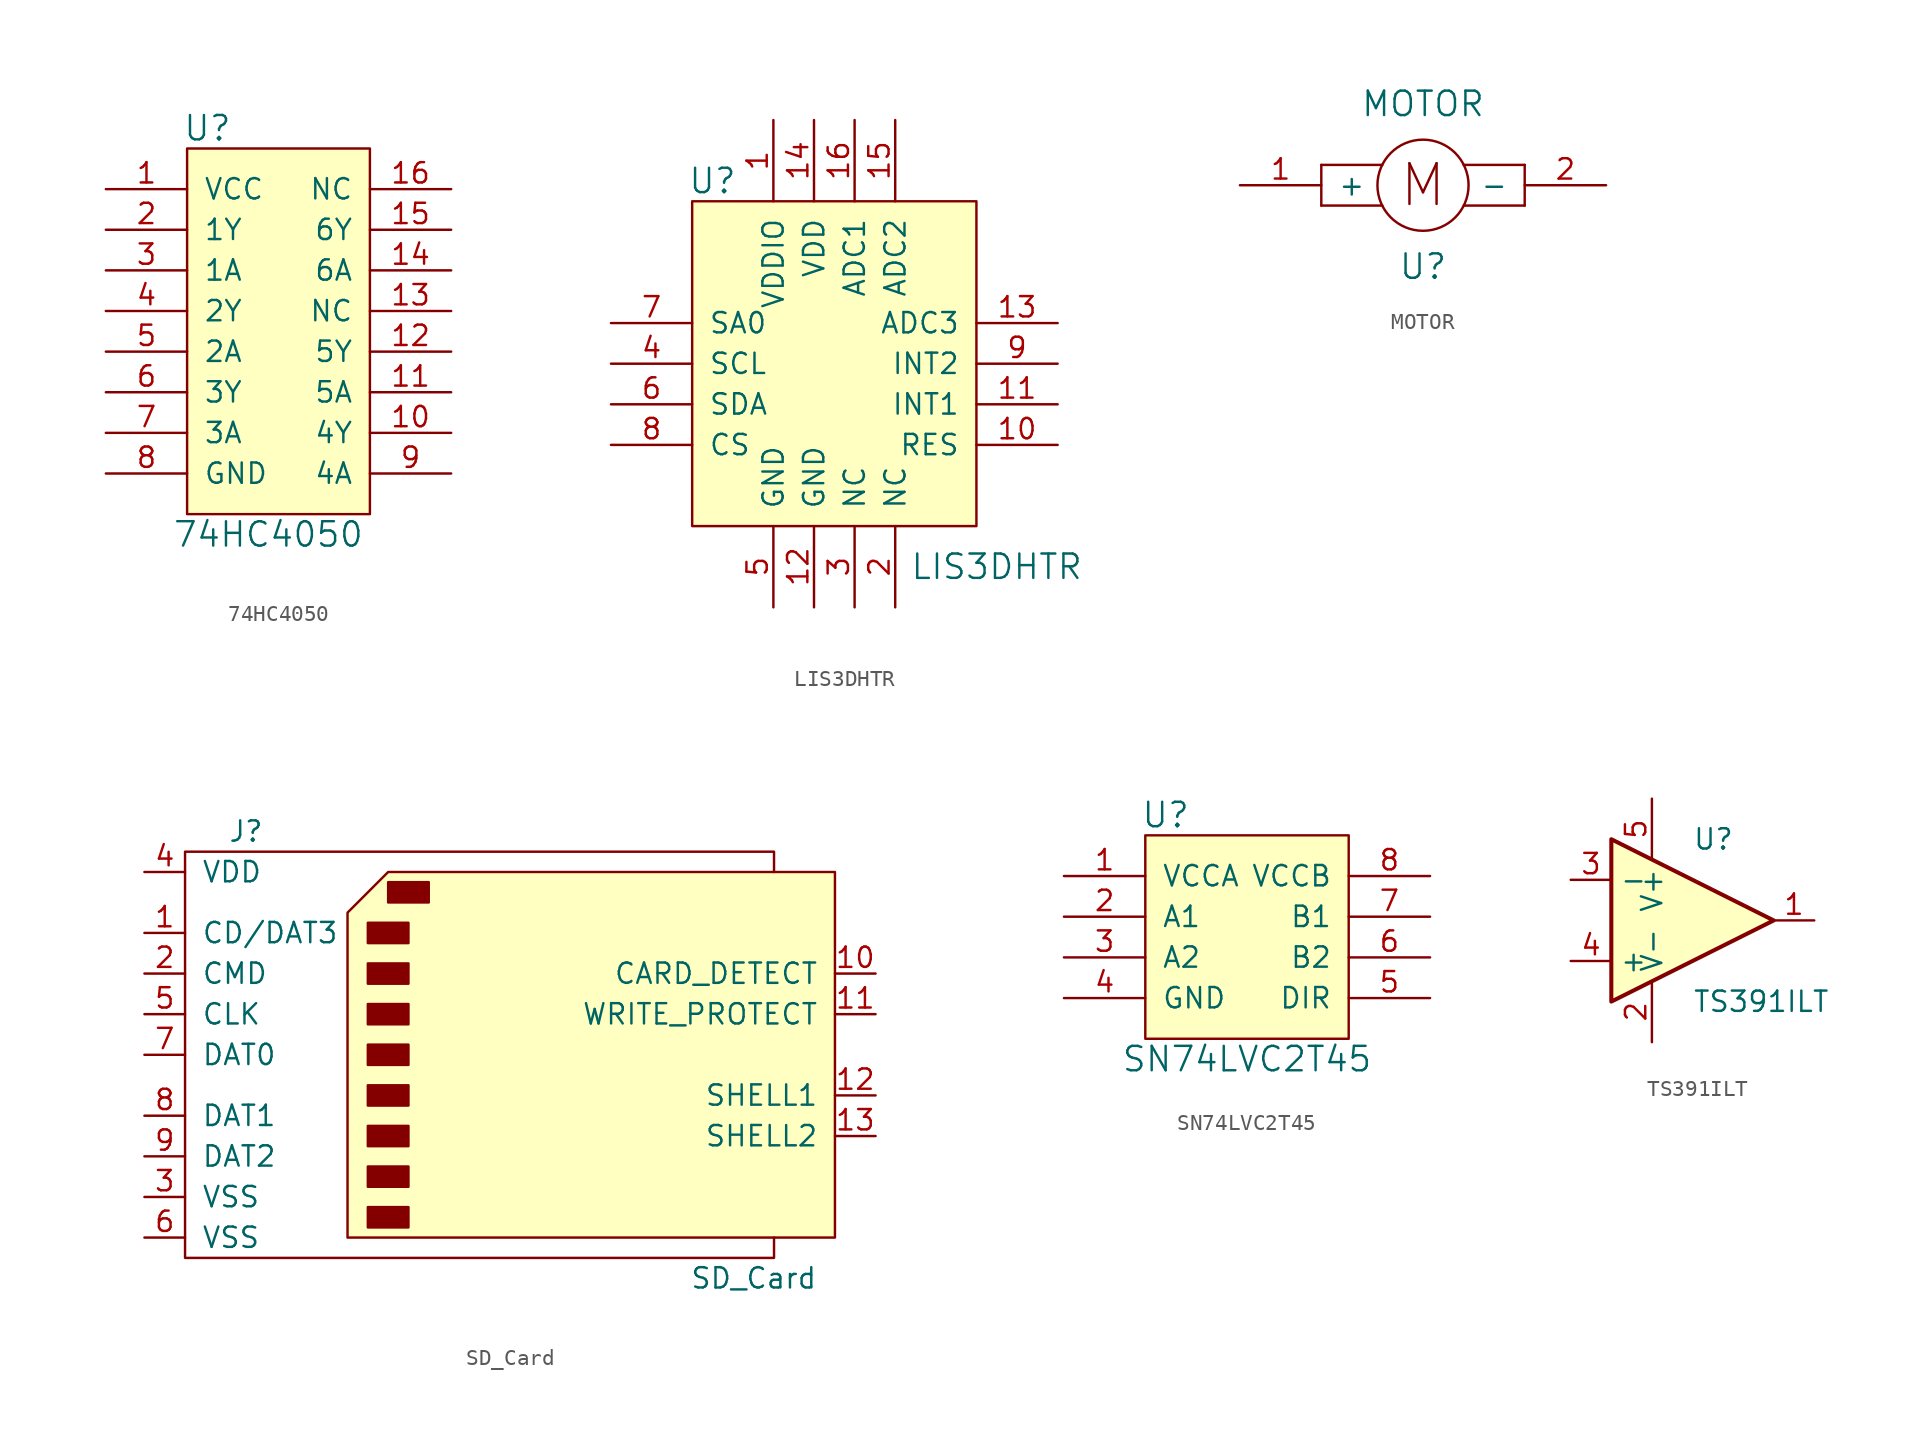
<source format=kicad_sym>
(kicad_symbol_lib
  (version 20211014)
  (generator kicad_symbol_editor)
  (symbol "74HC4050"
    (pin_names
      (offset 1.016))
    (property "Reference" "U"
      (at -3.81 12.7 0)
      (effects (font (size 1.524 1.524))))
    (property "Value" "74HC4050"
      (at 0 -12.7 0)
      (effects (font (size 1.524 1.524))))
    (symbol "74HC4050_0_1"
      (rectangle (start -5.08 11.43) (end 6.35 -11.43) (stroke (width 0) (type default) (color 0 0 0 0)) (fill (type background))))
    (symbol "74HC4050_1_1"
      (pin power_in line (at -10.16 8.89 0) (length 5.08) (name "VCC" (effects (font (size 1.27 1.27)))) (number "1" (effects (font (size 1.27 1.27)))))
      (pin power_in line (at 11.43 -6.35 180) (length 5.08) (name "4Y" (effects (font (size 1.27 1.27)))) (number "10" (effects (font (size 1.27 1.27)))))
      (pin power_in line (at 11.43 -3.81 180) (length 5.08) (name "5A" (effects (font (size 1.27 1.27)))) (number "11" (effects (font (size 1.27 1.27)))))
      (pin power_in line (at 11.43 -1.27 180) (length 5.08) (name "5Y" (effects (font (size 1.27 1.27)))) (number "12" (effects (font (size 1.27 1.27)))))
      (pin power_in line (at 11.43 1.27 180) (length 5.08) (name "NC" (effects (font (size 1.27 1.27)))) (number "13" (effects (font (size 1.27 1.27)))))
      (pin power_in line (at 11.43 3.81 180) (length 5.08) (name "6A" (effects (font (size 1.27 1.27)))) (number "14" (effects (font (size 1.27 1.27)))))
      (pin power_in line (at 11.43 6.35 180) (length 5.08) (name "6Y" (effects (font (size 1.27 1.27)))) (number "15" (effects (font (size 1.27 1.27)))))
      (pin power_in line (at 11.43 8.89 180) (length 5.08) (name "NC" (effects (font (size 1.27 1.27)))) (number "16" (effects (font (size 1.27 1.27)))))
      (pin power_in line (at -10.16 6.35 0) (length 5.08) (name "1Y" (effects (font (size 1.27 1.27)))) (number "2" (effects (font (size 1.27 1.27)))))
      (pin power_in line (at -10.16 3.81 0) (length 5.08) (name "1A" (effects (font (size 1.27 1.27)))) (number "3" (effects (font (size 1.27 1.27)))))
      (pin power_in line (at -10.16 1.27 0) (length 5.08) (name "2Y" (effects (font (size 1.27 1.27)))) (number "4" (effects (font (size 1.27 1.27)))))
      (pin power_in line (at -10.16 -1.27 0) (length 5.08) (name "2A" (effects (font (size 1.27 1.27)))) (number "5" (effects (font (size 1.27 1.27)))))
      (pin power_in line (at -10.16 -3.81 0) (length 5.08) (name "3Y" (effects (font (size 1.27 1.27)))) (number "6" (effects (font (size 1.27 1.27)))))
      (pin power_in line (at -10.16 -6.35 0) (length 5.08) (name "3A" (effects (font (size 1.27 1.27)))) (number "7" (effects (font (size 1.27 1.27)))))
      (pin power_in line (at -10.16 -8.89 0) (length 5.08) (name "GND" (effects (font (size 1.27 1.27)))) (number "8" (effects (font (size 1.27 1.27)))))
      (pin power_in line (at 11.43 -8.89 180) (length 5.08) (name "4A" (effects (font (size 1.27 1.27)))) (number "9" (effects (font (size 1.27 1.27)))))))
  (symbol "LIS3DHTR"
    (pin_names
      (offset 1.016))
    (property "Reference" "U"
      (at -7.62 13.97 0)
      (effects (font (size 1.524 1.524))))
    (property "Value" "LIS3DHTR"
      (at 10.16 -10.16 0)
      (effects (font (size 1.524 1.524))))
    (symbol "LIS3DHTR_0_1"
      (rectangle (start -8.89 -7.62) (end 8.89 12.7) (stroke (width 0) (type default) (color 0 0 0 0)) (fill (type background))))
    (symbol "LIS3DHTR_1_1"
      (pin input line (at -3.81 17.78 270) (length 5.08) (name "VDDIO" (effects (font (size 1.27 1.27)))) (number "1" (effects (font (size 1.27 1.27)))))
      (pin input line (at 13.97 -2.54 180) (length 5.08) (name "RES" (effects (font (size 1.27 1.27)))) (number "10" (effects (font (size 1.27 1.27)))))
      (pin input line (at 13.97 0 180) (length 5.08) (name "INT1" (effects (font (size 1.27 1.27)))) (number "11" (effects (font (size 1.27 1.27)))))
      (pin input line (at -1.27 -12.7 90) (length 5.08) (name "GND" (effects (font (size 1.27 1.27)))) (number "12" (effects (font (size 1.27 1.27)))))
      (pin input line (at 13.97 5.08 180) (length 5.08) (name "ADC3" (effects (font (size 1.27 1.27)))) (number "13" (effects (font (size 1.27 1.27)))))
      (pin input line (at -1.27 17.78 270) (length 5.08) (name "VDD" (effects (font (size 1.27 1.27)))) (number "14" (effects (font (size 1.27 1.27)))))
      (pin input line (at 3.81 17.78 270) (length 5.08) (name "ADC2" (effects (font (size 1.27 1.27)))) (number "15" (effects (font (size 1.27 1.27)))))
      (pin input line (at 1.27 17.78 270) (length 5.08) (name "ADC1" (effects (font (size 1.27 1.27)))) (number "16" (effects (font (size 1.27 1.27)))))
      (pin input line (at 3.81 -12.7 90) (length 5.08) (name "NC" (effects (font (size 1.27 1.27)))) (number "2" (effects (font (size 1.27 1.27)))))
      (pin input line (at 1.27 -12.7 90) (length 5.08) (name "NC" (effects (font (size 1.27 1.27)))) (number "3" (effects (font (size 1.27 1.27)))))
      (pin input line (at -13.97 2.54 0) (length 5.08) (name "SCL" (effects (font (size 1.27 1.27)))) (number "4" (effects (font (size 1.27 1.27)))))
      (pin input line (at -3.81 -12.7 90) (length 5.08) (name "GND" (effects (font (size 1.27 1.27)))) (number "5" (effects (font (size 1.27 1.27)))))
      (pin input line (at -13.97 0 0) (length 5.08) (name "SDA" (effects (font (size 1.27 1.27)))) (number "6" (effects (font (size 1.27 1.27)))))
      (pin input line (at -13.97 5.08 0) (length 5.08) (name "SA0" (effects (font (size 1.27 1.27)))) (number "7" (effects (font (size 1.27 1.27)))))
      (pin input line (at -13.97 -2.54 0) (length 5.08) (name "CS" (effects (font (size 1.27 1.27)))) (number "8" (effects (font (size 1.27 1.27)))))
      (pin input line (at 13.97 2.54 180) (length 5.08) (name "INT2" (effects (font (size 1.27 1.27)))) (number "9" (effects (font (size 1.27 1.27)))))))
  (symbol "MOTOR"
    (pin_names
      (offset 1.016))
    (property "Reference" "U"
      (at 0 -5.08 0)
      (effects (font (size 1.524 1.524))))
    (property "Value" "MOTOR"
      (at 0 5.08 0)
      (effects (font (size 1.524 1.524))))
    (symbol "MOTOR_0_0"
      (text "M" (at 0 0 0) (effects (font (size 2.54 2.54)))))
    (symbol "MOTOR_0_1"
      (rectangle (start -6.35 1.27) (end -6.35 -1.27) (stroke (width 0) (type default) (color 0 0 0 0)) (fill (type none)))
      (polyline (pts (xy -6.35 -1.27) (xy -2.54 -1.27)) (stroke (width 0) (type default) (color 0 0 0 0)) (fill (type none)))
      (polyline (pts (xy -6.35 1.27) (xy -2.54 1.27)) (stroke (width 0) (type default) (color 0 0 0 0)) (fill (type none)))
      (polyline (pts (xy 6.35 -1.27) (xy 2.54 -1.27)) (stroke (width 0) (type default) (color 0 0 0 0)) (fill (type none)))
      (polyline (pts (xy 6.35 1.27) (xy 2.54 1.27)) (stroke (width 0) (type default) (color 0 0 0 0)) (fill (type none)))
      (circle (center 0 0) (radius 2.845) (stroke (width 0) (type default) (color 0 0 0 0)) (fill (type none)))
      (rectangle (start 6.35 1.27) (end 6.35 -1.27) (stroke (width 0) (type default) (color 0 0 0 0)) (fill (type none))))
    (symbol "MOTOR_1_1"
      (pin input line (at -11.43 0 0) (length 5.08) (name "+" (effects (font (size 1.27 1.27)))) (number "1" (effects (font (size 1.27 1.27)))))
      (pin input line (at 11.43 0 180) (length 5.08) (name "-" (effects (font (size 1.27 1.27)))) (number "2" (effects (font (size 1.27 1.27)))))))
  (symbol "SD_Card"
    (pin_names
      (offset 1.016))
    (property "Reference" "J"
      (at -16.51 13.97 0)
      (effects (font (size 1.27 1.27))))
    (property "Value" "SD_Card"
      (at 15.24 -13.97 0)
      (effects (font (size 1.27 1.27))))
    (symbol "SD_Card_0_1"
      (rectangle (start -8.89 -9.525) (end -6.35 -10.795) (stroke (width 0) (type default) (color 0 0 0 0)) (fill (type outline)))
      (rectangle (start -8.89 -6.985) (end -6.35 -8.255) (stroke (width 0) (type default) (color 0 0 0 0)) (fill (type outline)))
      (rectangle (start -8.89 -4.445) (end -6.35 -5.715) (stroke (width 0) (type default) (color 0 0 0 0)) (fill (type outline)))
      (rectangle (start -8.89 -1.905) (end -6.35 -3.175) (stroke (width 0) (type default) (color 0 0 0 0)) (fill (type outline)))
      (rectangle (start -8.89 0.635) (end -6.35 -0.635) (stroke (width 0) (type default) (color 0 0 0 0)) (fill (type outline)))
      (rectangle (start -8.89 3.175) (end -6.35 1.905) (stroke (width 0) (type default) (color 0 0 0 0)) (fill (type outline)))
      (rectangle (start -8.89 5.715) (end -6.35 4.445) (stroke (width 0) (type default) (color 0 0 0 0)) (fill (type outline)))
      (rectangle (start -8.89 8.255) (end -6.35 6.985) (stroke (width 0) (type default) (color 0 0 0 0)) (fill (type outline)))
      (rectangle (start -7.62 10.795) (end -5.08 9.525) (stroke (width 0) (type default) (color 0 0 0 0)) (fill (type outline)))
      (polyline (pts (xy -10.16 8.89) (xy -7.62 11.43) (xy 20.32 11.43) (xy 20.32 -11.43) (xy -10.16 -11.43) (xy -10.16 8.89)) (stroke (width 0) (type default) (color 0 0 0 0)) (fill (type background)))
      (polyline (pts (xy 16.51 11.43) (xy 16.51 12.7) (xy -20.32 12.7) (xy -20.32 -12.7) (xy 16.51 -12.7) (xy 16.51 -11.43)) (stroke (width 0) (type default) (color 0 0 0 0)) (fill (type none))))
    (symbol "SD_Card_1_1"
      (pin input line (at -22.86 7.62 0) (length 2.54) (name "CD/DAT3" (effects (font (size 1.27 1.27)))) (number "1" (effects (font (size 1.27 1.27)))))
      (pin input line (at 22.86 5.08 180) (length 2.54) (name "CARD_DETECT" (effects (font (size 1.27 1.27)))) (number "10" (effects (font (size 1.27 1.27)))))
      (pin input line (at 22.86 2.54 180) (length 2.54) (name "WRITE_PROTECT" (effects (font (size 1.27 1.27)))) (number "11" (effects (font (size 1.27 1.27)))))
      (pin input line (at 22.86 -2.54 180) (length 2.54) (name "SHELL1" (effects (font (size 1.27 1.27)))) (number "12" (effects (font (size 1.27 1.27)))))
      (pin input line (at 22.86 -5.08 180) (length 2.54) (name "SHELL2" (effects (font (size 1.27 1.27)))) (number "13" (effects (font (size 1.27 1.27)))))
      (pin input line (at -22.86 5.08 0) (length 2.54) (name "CMD" (effects (font (size 1.27 1.27)))) (number "2" (effects (font (size 1.27 1.27)))))
      (pin input line (at -22.86 -8.89 0) (length 2.54) (name "VSS" (effects (font (size 1.27 1.27)))) (number "3" (effects (font (size 1.27 1.27)))))
      (pin input line (at -22.86 11.43 0) (length 2.54) (name "VDD" (effects (font (size 1.27 1.27)))) (number "4" (effects (font (size 1.27 1.27)))))
      (pin input line (at -22.86 2.54 0) (length 2.54) (name "CLK" (effects (font (size 1.27 1.27)))) (number "5" (effects (font (size 1.27 1.27)))))
      (pin input line (at -22.86 -11.43 0) (length 2.54) (name "VSS" (effects (font (size 1.27 1.27)))) (number "6" (effects (font (size 1.27 1.27)))))
      (pin input line (at -22.86 0 0) (length 2.54) (name "DAT0" (effects (font (size 1.27 1.27)))) (number "7" (effects (font (size 1.27 1.27)))))
      (pin input line (at -22.86 -3.81 0) (length 2.54) (name "DAT1" (effects (font (size 1.27 1.27)))) (number "8" (effects (font (size 1.27 1.27)))))
      (pin input line (at -22.86 -6.35 0) (length 2.54) (name "DAT2" (effects (font (size 1.27 1.27)))) (number "9" (effects (font (size 1.27 1.27)))))))
  (symbol "SN74LVC2T45"
    (pin_names
      (offset 1.016))
    (property "Reference" "U"
      (at -5.08 7.62 0)
      (effects (font (size 1.524 1.524))))
    (property "Value" "SN74LVC2T45"
      (at 0 -7.62 0)
      (effects (font (size 1.524 1.524))))
    (symbol "SN74LVC2T45_0_1"
      (rectangle (start -6.35 6.35) (end 6.35 -6.35) (stroke (width 0) (type default) (color 0 0 0 0)) (fill (type background))))
    (symbol "SN74LVC2T45_1_1"
      (pin power_in line (at -11.43 3.81 0) (length 5.08) (name "VCCA" (effects (font (size 1.27 1.27)))) (number "1" (effects (font (size 1.27 1.27)))))
      (pin power_in line (at -11.43 1.27 0) (length 5.08) (name "A1" (effects (font (size 1.27 1.27)))) (number "2" (effects (font (size 1.27 1.27)))))
      (pin power_in line (at -11.43 -1.27 0) (length 5.08) (name "A2" (effects (font (size 1.27 1.27)))) (number "3" (effects (font (size 1.27 1.27)))))
      (pin power_in line (at -11.43 -3.81 0) (length 5.08) (name "GND" (effects (font (size 1.27 1.27)))) (number "4" (effects (font (size 1.27 1.27)))))
      (pin power_in line (at 11.43 -3.81 180) (length 5.08) (name "DIR" (effects (font (size 1.27 1.27)))) (number "5" (effects (font (size 1.27 1.27)))))
      (pin power_in line (at 11.43 -1.27 180) (length 5.08) (name "B2" (effects (font (size 1.27 1.27)))) (number "6" (effects (font (size 1.27 1.27)))))
      (pin power_in line (at 11.43 1.27 180) (length 5.08) (name "B1" (effects (font (size 1.27 1.27)))) (number "7" (effects (font (size 1.27 1.27)))))
      (pin power_in line (at 11.43 3.81 180) (length 5.08) (name "VCCB" (effects (font (size 1.27 1.27)))) (number "8" (effects (font (size 1.27 1.27)))))))
  (symbol "TS391ILT"
    (property "Reference" "U"
      (at 0 5.08 0)
      (effects (font (size 1.27 1.27)) (justify left)))
    (property "Value" "TS391ILT"
      (at 0 -5.08 0)
      (effects (font (size 1.27 1.27)) (justify left)))
    (symbol "TS391ILT_0_1"
      (polyline (pts (xy -5.08 5.08) (xy 5.08 0) (xy -5.08 -5.08) (xy -5.08 5.08)) (stroke (width 0.254) (type default) (color 0 0 0 0)) (fill (type background)))
      (pin power_in line (at -2.54 -7.62 90) (length 3.81) (name "V-" (effects (font (size 1.27 1.27)))) (number "2" (effects (font (size 1.27 1.27)))))
      (pin power_in line (at -2.54 7.62 270) (length 3.81) (name "V+" (effects (font (size 1.27 1.27)))) (number "5" (effects (font (size 1.27 1.27))))))
    (symbol "TS391ILT_1_1"
      (pin output line (at 7.62 0 180) (length 2.54) (name "~" (effects (font (size 1.27 1.27)))) (number "1" (effects (font (size 1.27 1.27)))))
      (pin input line (at -7.62 2.54 0) (length 2.54) (name "-" (effects (font (size 1.27 1.27)))) (number "3" (effects (font (size 1.27 1.27)))))
      (pin input line (at -7.62 -2.54 0) (length 2.54) (name "+" (effects (font (size 1.27 1.27)))) (number "4" (effects (font (size 1.27 1.27))))))))
</source>
